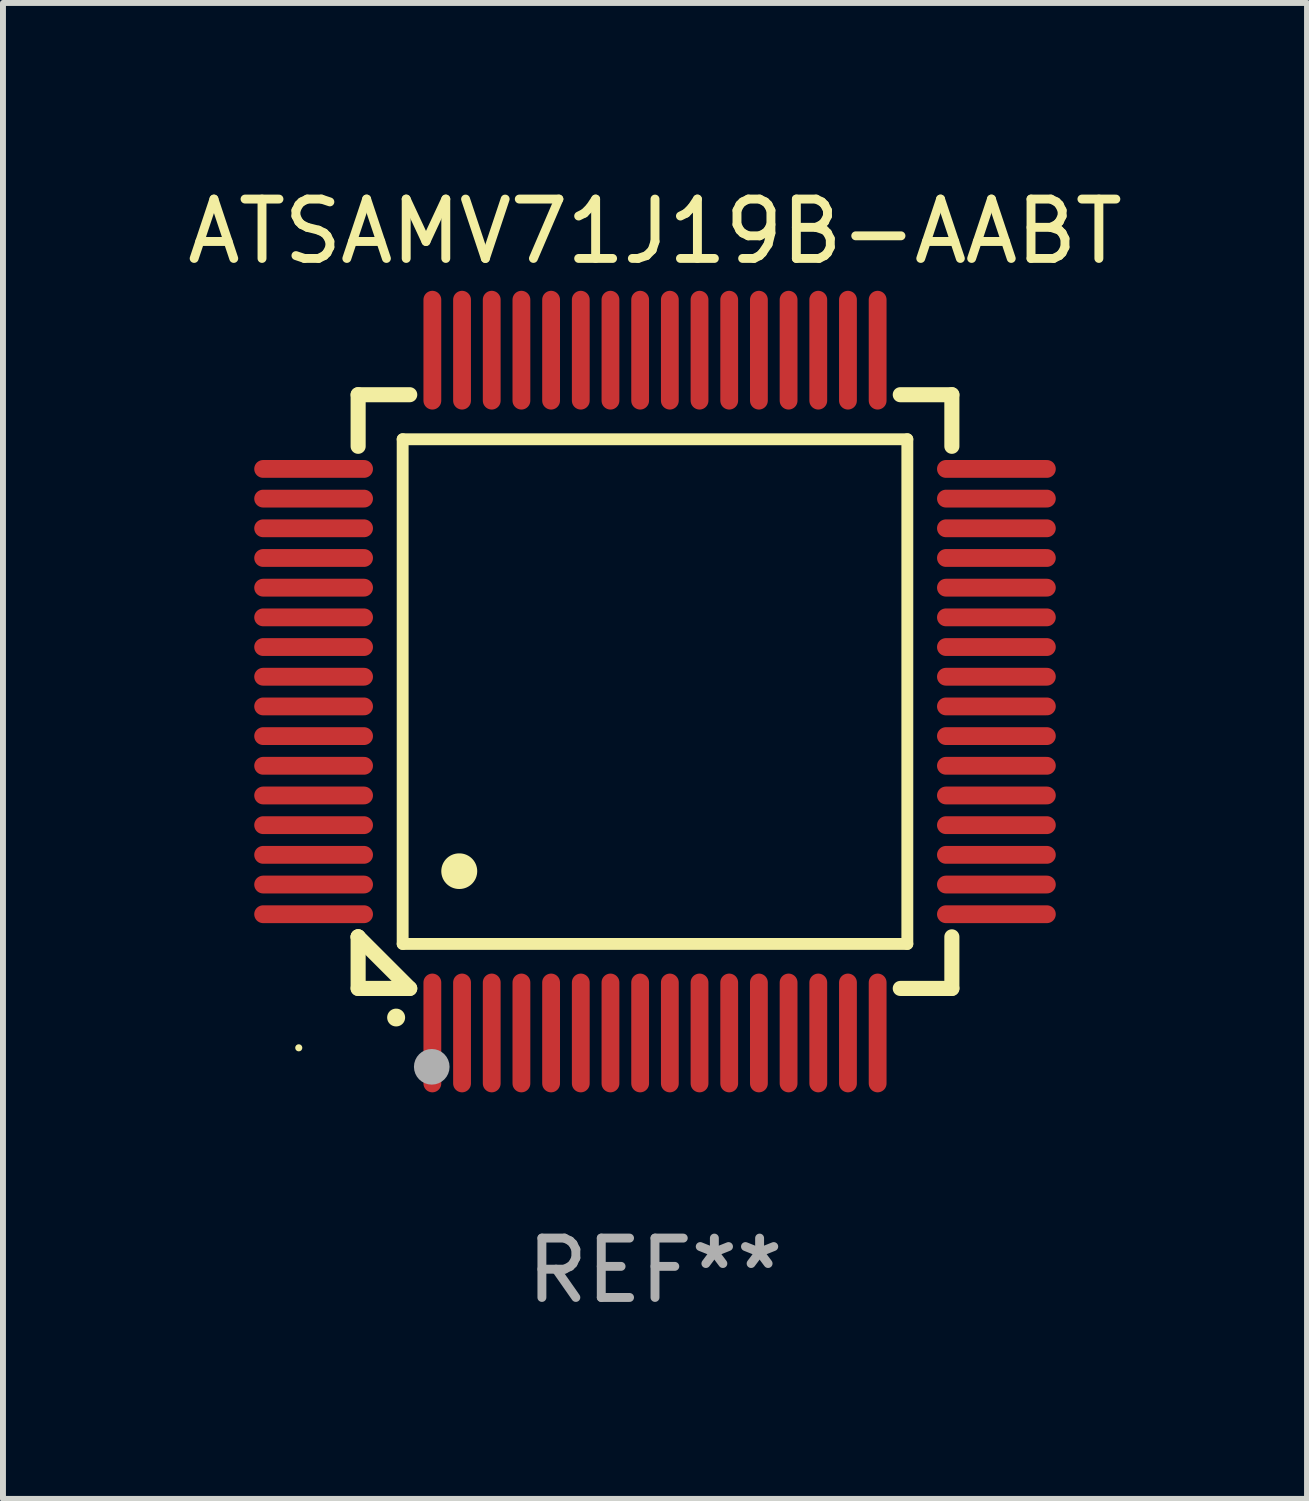
<source format=kicad_pcb>
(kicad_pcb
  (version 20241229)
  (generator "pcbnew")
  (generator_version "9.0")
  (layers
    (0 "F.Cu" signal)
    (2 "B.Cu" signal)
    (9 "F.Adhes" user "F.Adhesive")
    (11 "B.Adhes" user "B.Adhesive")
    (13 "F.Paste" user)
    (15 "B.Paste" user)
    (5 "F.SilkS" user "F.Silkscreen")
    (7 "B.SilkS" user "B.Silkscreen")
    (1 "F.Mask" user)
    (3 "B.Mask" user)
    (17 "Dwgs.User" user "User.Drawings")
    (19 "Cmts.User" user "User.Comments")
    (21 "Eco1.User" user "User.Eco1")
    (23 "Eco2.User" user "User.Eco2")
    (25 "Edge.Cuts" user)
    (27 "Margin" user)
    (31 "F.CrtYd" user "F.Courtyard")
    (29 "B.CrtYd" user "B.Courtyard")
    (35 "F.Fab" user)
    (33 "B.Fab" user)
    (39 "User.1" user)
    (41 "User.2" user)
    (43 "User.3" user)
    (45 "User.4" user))
  (footprint "ATSAMV71J19B-AABT"
    (layer "F.Cu")
    (at 7.982 8.598)
    (property "Reference" "ATSAMV71J19B-AABT" (at 0 -7.75 0) (layer "F.SilkS") (effects (font (size 1 1) (thickness 0.15))))
    (attr through_hole)
    (fp_line (start -5 -5) (end -4.131 -5) (stroke (width 0.254) (type solid)) (layer "F.SilkS"))
    (fp_line (start -5 -4.131) (end -5 -5) (stroke (width 0.254) (type solid)) (layer "F.SilkS"))
    (fp_line (start -5 4.131) (end -5 4.131) (stroke (width 0.254) (type solid)) (layer "F.SilkS"))
    (fp_line (start -5 5) (end -5 4.131) (stroke (width 0.254) (type solid)) (layer "F.SilkS"))
    (fp_line (start -5 4.131) (end -4.131 5) (stroke (width 0.254) (type solid)) (layer "F.SilkS"))
    (fp_line (start -4.25 -4.25) (end -4.25 4.25) (stroke (width 0.2) (type solid)) (layer "F.SilkS"))
    (fp_line (start -4.25 4.25) (end 4.25 4.25) (stroke (width 0.2) (type solid)) (layer "F.SilkS"))
    (fp_line (start -4.131 5) (end -5 5) (stroke (width 0.254) (type solid)) (layer "F.SilkS"))
    (fp_line (start 4.25 -4.25) (end -4.25 -4.25) (stroke (width 0.2) (type solid)) (layer "F.SilkS"))
    (fp_line (start 4.25 4.25) (end 4.25 -4.25) (stroke (width 0.2) (type solid)) (layer "F.SilkS"))
    (fp_line (start 5 -5) (end 4.131 -5) (stroke (width 0.254) (type solid)) (layer "F.SilkS"))
    (fp_line (start 5 -5) (end 5 -4.131) (stroke (width 0.254) (type solid)) (layer "F.SilkS"))
    (fp_line (start 5 4.131) (end 5 5) (stroke (width 0.254) (type solid)) (layer "F.SilkS"))
    (fp_line (start 5 5) (end 4.131 5) (stroke (width 0.254) (type solid)) (layer "F.SilkS"))
    (fp_arc (start -4.361265 5.489992) (mid -4.359995 5.489987) (end -4.358725 5.489992) (stroke (width 0.3) (type solid)) (layer "F.SilkS"))
    (fp_arc (start -3.299467 3.025146) (mid -3.296927 3.025135) (end -3.294387 3.025146) (stroke (width 0.6) (type solid)) (layer "F.SilkS"))
    (fp_circle (center -6 6) (end -5.97 6) (stroke (width 0.06) (type solid)) (fill no) (layer "F.SilkS"))
    (fp_circle (center -3.76 6.32) (end -3.61 6.32) (stroke (width 0.3) (type solid)) (fill no) (layer "F.Fab"))
    (fp_text user "REF**" (at 0 9.75 0) (layer "F.Fab") (effects (font (size 1 1) (thickness 0.15))))
    (pad "1" smd oval (at -3.75 5.75) (size 0.3 2) (layers "F.Cu" "F.Mask" "F.Paste"))
    (pad "2" smd oval (at -3.25 5.75) (size 0.3 2) (layers "F.Cu" "F.Mask" "F.Paste"))
    (pad "3" smd oval (at -2.75 5.75) (size 0.3 2) (layers "F.Cu" "F.Mask" "F.Paste"))
    (pad "4" smd oval (at -2.25 5.75) (size 0.3 2) (layers "F.Cu" "F.Mask" "F.Paste"))
    (pad "5" smd oval (at -1.75 5.75) (size 0.3 2) (layers "F.Cu" "F.Mask" "F.Paste"))
    (pad "6" smd oval (at -1.25 5.75) (size 0.3 2) (layers "F.Cu" "F.Mask" "F.Paste"))
    (pad "7" smd oval (at -0.75 5.75) (size 0.3 2) (layers "F.Cu" "F.Mask" "F.Paste"))
    (pad "8" smd oval (at -0.25 5.75) (size 0.3 2) (layers "F.Cu" "F.Mask" "F.Paste"))
    (pad "9" smd oval (at 0.25 5.75) (size 0.3 2) (layers "F.Cu" "F.Mask" "F.Paste"))
    (pad "10" smd oval (at 0.75 5.75) (size 0.3 2) (layers "F.Cu" "F.Mask" "F.Paste"))
    (pad "11" smd oval (at 1.25 5.75) (size 0.3 2) (layers "F.Cu" "F.Mask" "F.Paste"))
    (pad "12" smd oval (at 1.75 5.75) (size 0.3 2) (layers "F.Cu" "F.Mask" "F.Paste"))
    (pad "13" smd oval (at 2.25 5.75) (size 0.3 2) (layers "F.Cu" "F.Mask" "F.Paste"))
    (pad "14" smd oval (at 2.75 5.75) (size 0.3 2) (layers "F.Cu" "F.Mask" "F.Paste"))
    (pad "15" smd oval (at 3.25 5.75) (size 0.3 2) (layers "F.Cu" "F.Mask" "F.Paste"))
    (pad "16" smd oval (at 3.75 5.75) (size 0.3 2) (layers "F.Cu" "F.Mask" "F.Paste"))
    (pad "17" smd oval (at 5.75 3.75) (size 2 0.3) (layers "F.Cu" "F.Mask" "F.Paste"))
    (pad "18" smd oval (at 5.75 3.25) (size 2 0.3) (layers "F.Cu" "F.Mask" "F.Paste"))
    (pad "19" smd oval (at 5.75 2.75) (size 2 0.3) (layers "F.Cu" "F.Mask" "F.Paste"))
    (pad "20" smd oval (at 5.75 2.25) (size 2 0.3) (layers "F.Cu" "F.Mask" "F.Paste"))
    (pad "21" smd oval (at 5.75 1.75) (size 2 0.3) (layers "F.Cu" "F.Mask" "F.Paste"))
    (pad "22" smd oval (at 5.75 1.25) (size 2 0.3) (layers "F.Cu" "F.Mask" "F.Paste"))
    (pad "23" smd oval (at 5.75 0.75) (size 2 0.3) (layers "F.Cu" "F.Mask" "F.Paste"))
    (pad "24" smd oval (at 5.75 0.25) (size 2 0.3) (layers "F.Cu" "F.Mask" "F.Paste"))
    (pad "25" smd oval (at 5.75 -0.25) (size 2 0.3) (layers "F.Cu" "F.Mask" "F.Paste"))
    (pad "26" smd oval (at 5.75 -0.75) (size 2 0.3) (layers "F.Cu" "F.Mask" "F.Paste"))
    (pad "27" smd oval (at 5.75 -1.25) (size 2 0.3) (layers "F.Cu" "F.Mask" "F.Paste"))
    (pad "28" smd oval (at 5.75 -1.75) (size 2 0.3) (layers "F.Cu" "F.Mask" "F.Paste"))
    (pad "29" smd oval (at 5.75 -2.25) (size 2 0.3) (layers "F.Cu" "F.Mask" "F.Paste"))
    (pad "30" smd oval (at 5.75 -2.75) (size 2 0.3) (layers "F.Cu" "F.Mask" "F.Paste"))
    (pad "31" smd oval (at 5.75 -3.25) (size 2 0.3) (layers "F.Cu" "F.Mask" "F.Paste"))
    (pad "32" smd oval (at 5.75 -3.75) (size 2 0.3) (layers "F.Cu" "F.Mask" "F.Paste"))
    (pad "33" smd oval (at 3.75 -5.75) (size 0.3 2) (layers "F.Cu" "F.Mask" "F.Paste"))
    (pad "34" smd oval (at 3.25 -5.75) (size 0.3 2) (layers "F.Cu" "F.Mask" "F.Paste"))
    (pad "35" smd oval (at 2.75 -5.75) (size 0.3 2) (layers "F.Cu" "F.Mask" "F.Paste"))
    (pad "36" smd oval (at 2.25 -5.75) (size 0.3 2) (layers "F.Cu" "F.Mask" "F.Paste"))
    (pad "37" smd oval (at 1.75 -5.75) (size 0.3 2) (layers "F.Cu" "F.Mask" "F.Paste"))
    (pad "38" smd oval (at 1.25 -5.75) (size 0.3 2) (layers "F.Cu" "F.Mask" "F.Paste"))
    (pad "39" smd oval (at 0.75 -5.75) (size 0.3 2) (layers "F.Cu" "F.Mask" "F.Paste"))
    (pad "40" smd oval (at 0.25 -5.75) (size 0.3 2) (layers "F.Cu" "F.Mask" "F.Paste"))
    (pad "41" smd oval (at -0.25 -5.75) (size 0.3 2) (layers "F.Cu" "F.Mask" "F.Paste"))
    (pad "42" smd oval (at -0.75 -5.75) (size 0.3 2) (layers "F.Cu" "F.Mask" "F.Paste"))
    (pad "43" smd oval (at -1.25 -5.75) (size 0.3 2) (layers "F.Cu" "F.Mask" "F.Paste"))
    (pad "44" smd oval (at -1.75 -5.75) (size 0.3 2) (layers "F.Cu" "F.Mask" "F.Paste"))
    (pad "45" smd oval (at -2.25 -5.75) (size 0.3 2) (layers "F.Cu" "F.Mask" "F.Paste"))
    (pad "46" smd oval (at -2.75 -5.75) (size 0.3 2) (layers "F.Cu" "F.Mask" "F.Paste"))
    (pad "47" smd oval (at -3.25 -5.75) (size 0.3 2) (layers "F.Cu" "F.Mask" "F.Paste"))
    (pad "48" smd oval (at -3.75 -5.75) (size 0.3 2) (layers "F.Cu" "F.Mask" "F.Paste"))
    (pad "49" smd oval (at -5.75 -3.75) (size 2 0.3) (layers "F.Cu" "F.Mask" "F.Paste"))
    (pad "50" smd oval (at -5.75 -3.25) (size 2 0.3) (layers "F.Cu" "F.Mask" "F.Paste"))
    (pad "51" smd oval (at -5.75 -2.75) (size 2 0.3) (layers "F.Cu" "F.Mask" "F.Paste"))
    (pad "52" smd oval (at -5.75 -2.25) (size 2 0.3) (layers "F.Cu" "F.Mask" "F.Paste"))
    (pad "53" smd oval (at -5.75 -1.75) (size 2 0.3) (layers "F.Cu" "F.Mask" "F.Paste"))
    (pad "54" smd oval (at -5.75 -1.25) (size 2 0.3) (layers "F.Cu" "F.Mask" "F.Paste"))
    (pad "55" smd oval (at -5.75 -0.75) (size 2 0.3) (layers "F.Cu" "F.Mask" "F.Paste"))
    (pad "56" smd oval (at -5.75 -0.25) (size 2 0.3) (layers "F.Cu" "F.Mask" "F.Paste"))
    (pad "57" smd oval (at -5.75 0.25) (size 2 0.3) (layers "F.Cu" "F.Mask" "F.Paste"))
    (pad "58" smd oval (at -5.75 0.75) (size 2 0.3) (layers "F.Cu" "F.Mask" "F.Paste"))
    (pad "59" smd oval (at -5.75 1.25) (size 2 0.3) (layers "F.Cu" "F.Mask" "F.Paste"))
    (pad "60" smd oval (at -5.75 1.75) (size 2 0.3) (layers "F.Cu" "F.Mask" "F.Paste"))
    (pad "61" smd oval (at -5.75 2.25) (size 2 0.3) (layers "F.Cu" "F.Mask" "F.Paste"))
    (pad "62" smd oval (at -5.75 2.75) (size 2 0.3) (layers "F.Cu" "F.Mask" "F.Paste"))
    (pad "63" smd oval (at -5.75 3.25) (size 2 0.3) (layers "F.Cu" "F.Mask" "F.Paste"))
    (pad "64" smd oval (at -5.75 3.75) (size 2 0.3) (layers "F.Cu" "F.Mask" "F.Paste")))
  (gr_rect
    (start -3 -3)
    (end 18.964 22.196)
    (stroke (width 0.1) (type default))
    (fill no)
    (layer "Edge.Cuts")))
</source>
